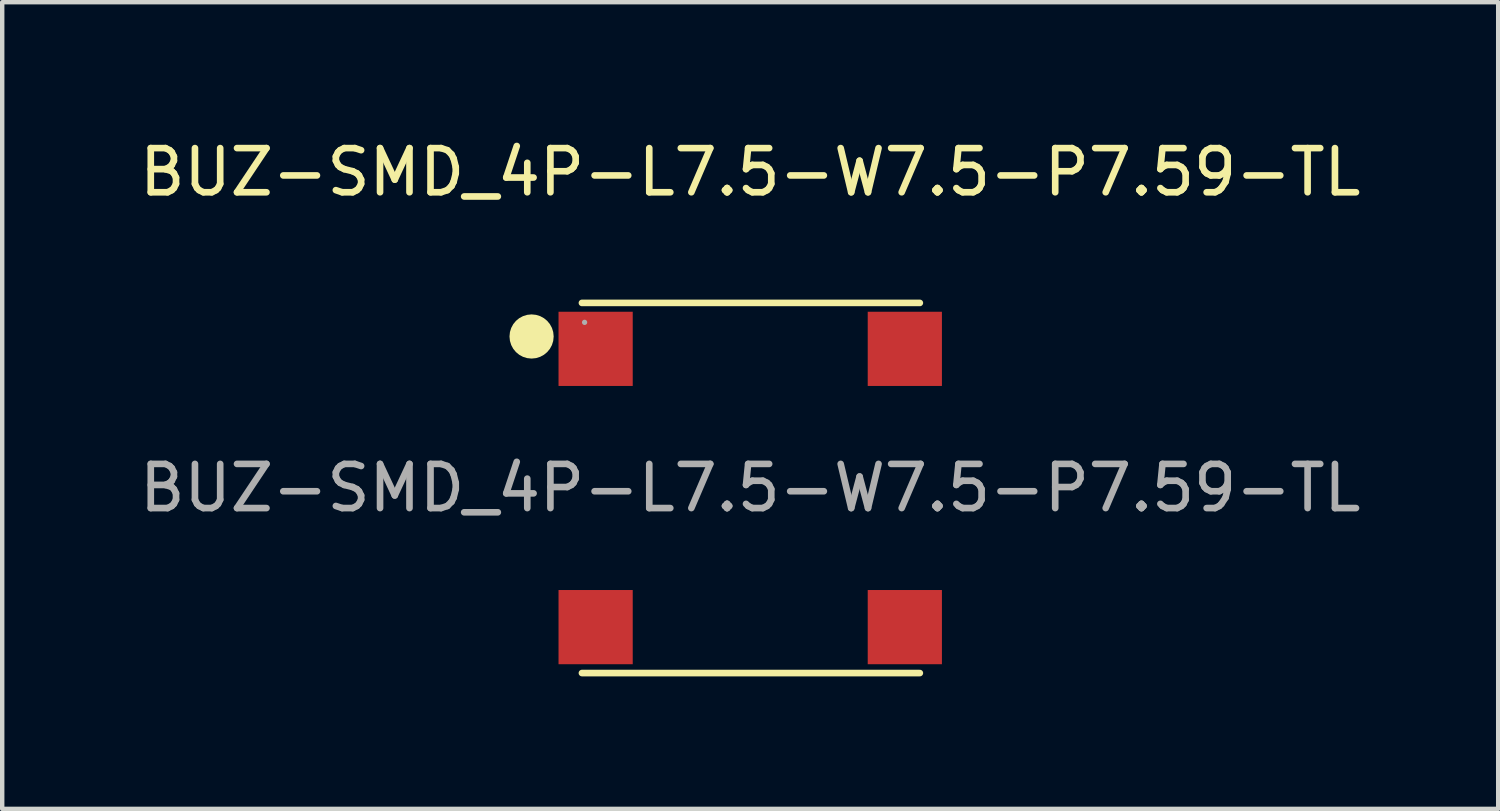
<source format=kicad_pcb>
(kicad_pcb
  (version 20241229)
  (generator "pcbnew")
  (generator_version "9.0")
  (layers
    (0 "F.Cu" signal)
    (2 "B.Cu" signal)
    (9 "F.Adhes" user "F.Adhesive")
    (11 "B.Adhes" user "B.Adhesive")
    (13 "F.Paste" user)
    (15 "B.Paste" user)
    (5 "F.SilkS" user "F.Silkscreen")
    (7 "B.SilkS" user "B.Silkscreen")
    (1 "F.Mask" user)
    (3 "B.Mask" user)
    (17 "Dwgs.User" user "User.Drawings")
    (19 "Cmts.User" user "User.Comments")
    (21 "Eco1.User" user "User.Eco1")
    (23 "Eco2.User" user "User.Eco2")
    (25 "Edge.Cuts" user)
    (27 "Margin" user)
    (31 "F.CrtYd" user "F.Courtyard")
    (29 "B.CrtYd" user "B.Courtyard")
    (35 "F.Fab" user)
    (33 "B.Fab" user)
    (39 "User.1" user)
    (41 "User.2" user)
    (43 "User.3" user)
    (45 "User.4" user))
  (footprint "BUZ-SMD_4P-L7.5-W7.5-P7.59-TL"
    (layer "F.Cu")
    (at 13.935 7.998)
    (property "Reference" "BUZ-SMD_4P-L7.5-W7.5-P7.59-TL" (at 0 -7.15 0) (layer "F.SilkS") (effects (font (size 1 1) (thickness 0.15))))
    (attr smd)
    (fp_line (start -3.81 -4.19) (end 3.84 -4.19) (stroke (width 0.15) (type solid)) (layer "F.SilkS"))
    (fp_line (start -3.81 4.19) (end 3.84 4.19) (stroke (width 0.15) (type solid)) (layer "F.SilkS"))
    (fp_circle (center -4.95 -3.43) (end -4.7 -3.43) (stroke (width 0.5) (type solid)) (fill no) (layer "F.SilkS"))
    (fp_circle (center -3.75 -3.75) (end -3.72 -3.75) (stroke (width 0.06) (type solid)) (fill no) (layer "F.Fab"))
    (fp_text user "${REFERENCE}" (at 0 0 0) (layer "F.Fab") (effects (font (size 1 1) (thickness 0.15))))
    (pad "1" smd rect (at -3.5 -3.15 180) (size 1.68 1.68) (layers "F.Cu" "F.Mask" "F.Paste"))
    (pad "2" smd rect (at -3.5 3.15 180) (size 1.68 1.68) (layers "F.Cu" "F.Mask" "F.Paste"))
    (pad "3" smd rect (at 3.5 3.15 180) (size 1.68 1.68) (layers "F.Cu" "F.Mask" "F.Paste"))
    (pad "4" smd rect (at 3.5 -3.15 180) (size 1.68 1.68) (layers "F.Cu" "F.Mask" "F.Paste")))
  (gr_rect
    (start -3 -3)
    (end 30.869 15.263)
    (stroke (width 0.1) (type default))
    (fill no)
    (layer "Edge.Cuts")))
</source>
